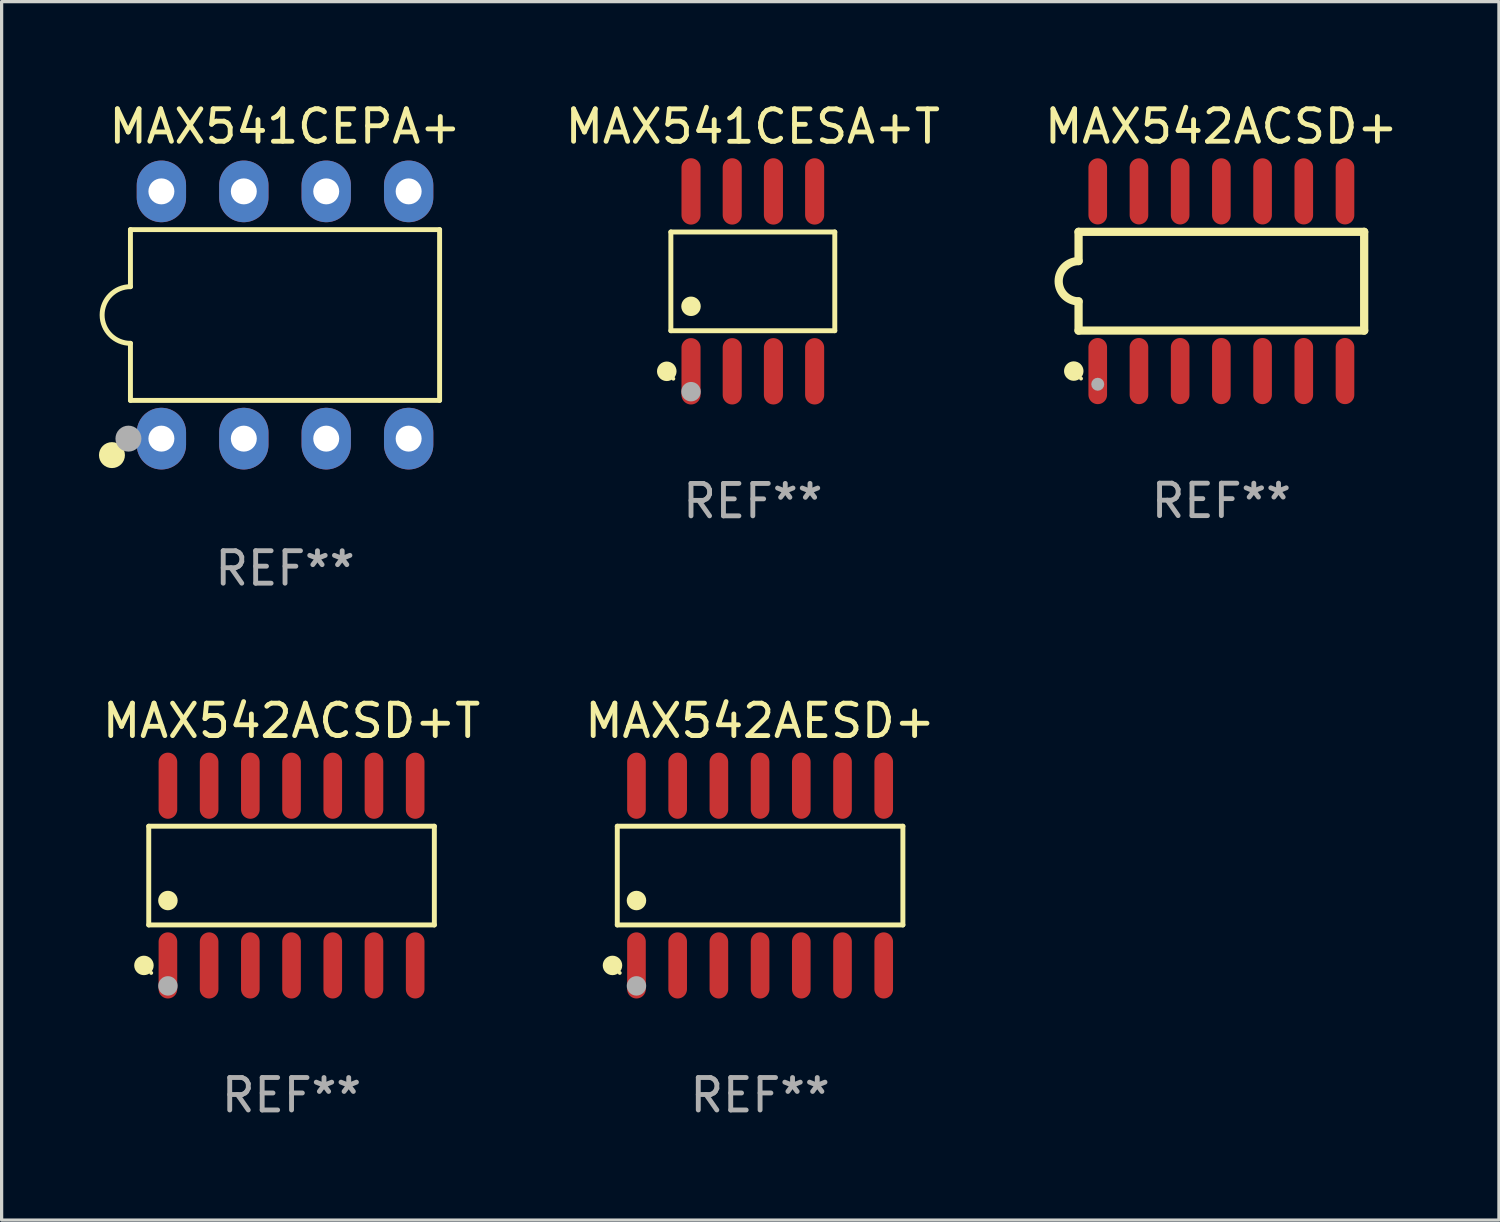
<source format=kicad_pcb>
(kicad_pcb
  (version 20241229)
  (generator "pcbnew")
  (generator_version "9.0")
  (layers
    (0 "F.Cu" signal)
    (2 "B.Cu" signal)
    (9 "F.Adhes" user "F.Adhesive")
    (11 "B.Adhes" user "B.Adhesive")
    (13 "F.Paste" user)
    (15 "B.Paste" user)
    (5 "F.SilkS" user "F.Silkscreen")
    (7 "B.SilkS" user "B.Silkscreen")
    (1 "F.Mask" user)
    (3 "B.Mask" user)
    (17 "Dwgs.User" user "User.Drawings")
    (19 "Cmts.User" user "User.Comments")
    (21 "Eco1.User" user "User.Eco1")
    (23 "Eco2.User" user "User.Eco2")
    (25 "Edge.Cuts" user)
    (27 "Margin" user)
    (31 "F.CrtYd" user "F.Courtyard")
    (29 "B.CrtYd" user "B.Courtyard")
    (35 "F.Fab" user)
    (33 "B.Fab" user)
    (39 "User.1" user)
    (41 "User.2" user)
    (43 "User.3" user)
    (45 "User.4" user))
  (footprint "MAX541CEPA+"
    (layer "F.Cu")
    (at 5.734 6.658)
    (property "Reference" "MAX541CEPA+" (at 0 -5.81 0) (layer "F.SilkS") (effects (font (size 1 1) (thickness 0.15))))
    (attr through_hole)
    (fp_line (start -4.764 -2.631) (end -4.764 -0.873) (stroke (width 0.152) (type solid)) (layer "F.SilkS"))
    (fp_line (start -4.764 0.873) (end -4.764 2.631) (stroke (width 0.152) (type solid)) (layer "F.SilkS"))
    (fp_line (start -4.764 2.631) (end 4.764 2.631) (stroke (width 0.152) (type solid)) (layer "F.SilkS"))
    (fp_line (start 4.764 -2.631) (end -4.764 -2.631) (stroke (width 0.152) (type solid)) (layer "F.SilkS"))
    (fp_line (start 4.764 2.631) (end 4.764 -2.631) (stroke (width 0.152) (type solid)) (layer "F.SilkS"))
    (fp_arc (start -4.763701 0.873124) (mid -5.636825 0) (end -4.763701 -0.873124) (stroke (width 0.1524) (type solid)) (layer "F.SilkS"))
    (fp_circle (center -5.334 4.318) (end -5.134 4.318) (stroke (width 0.4) (type solid)) (fill no) (layer "F.SilkS"))
    (fp_circle (center -4.688 4.09) (end -4.658 4.09) (stroke (width 0.06) (type solid)) (fill no) (layer "F.SilkS"))
    (fp_circle (center -4.826 3.81) (end -4.626 3.81) (stroke (width 0.4) (type solid)) (fill no) (layer "F.Fab"))
    (fp_text user "REF**" (at 0 7.81 0) (layer "F.Fab") (effects (font (size 1 1) (thickness 0.15))))
    (pad "1" thru_hole oval (at -3.81 3.81) (size 1.52 1.9) (drill 0.8) (layers "*.Cu" "*.Mask"))
    (pad "2" thru_hole oval (at -1.27 3.81) (size 1.52 1.9) (drill 0.8) (layers "*.Cu" "*.Mask"))
    (pad "3" thru_hole oval (at 1.27 3.81) (size 1.52 1.9) (drill 0.8) (layers "*.Cu" "*.Mask"))
    (pad "4" thru_hole oval (at 3.81 3.81) (size 1.52 1.9) (drill 0.8) (layers "*.Cu" "*.Mask"))
    (pad "5" thru_hole oval (at 3.81 -3.81) (size 1.52 1.9) (drill 0.8) (layers "*.Cu" "*.Mask"))
    (pad "6" thru_hole oval (at 1.27 -3.81) (size 1.52 1.9) (drill 0.8) (layers "*.Cu" "*.Mask"))
    (pad "7" thru_hole oval (at -1.27 -3.81) (size 1.52 1.9) (drill 0.8) (layers "*.Cu" "*.Mask"))
    (pad "8" thru_hole oval (at -3.81 -3.81) (size 1.52 1.9) (drill 0.8) (layers "*.Cu" "*.Mask")))
  (footprint "MAX542ACSD+"
    (layer "F.Cu")
    (at 34.591 5.617)
    (property "Reference" "MAX542ACSD+" (at 0 -4.769 0) (layer "F.SilkS") (effects (font (size 1 1) (thickness 0.15))))
    (attr through_hole)
    (fp_line (start -4.401 -1.522) (end -4.401 -0.622) (stroke (width 0.254) (type solid)) (layer "F.SilkS"))
    (fp_line (start -4.401 -1.522) (end 4.401 -1.522) (stroke (width 0.254) (type solid)) (layer "F.SilkS"))
    (fp_line (start -4.401 1.521) (end -4.401 0.621) (stroke (width 0.254) (type solid)) (layer "F.SilkS"))
    (fp_line (start 4.401 -1.522) (end 4.401 1.521) (stroke (width 0.254) (type solid)) (layer "F.SilkS"))
    (fp_line (start 4.401 1.521) (end -4.401 1.521) (stroke (width 0.254) (type solid)) (layer "F.SilkS"))
    (fp_arc (start -4.401219 0.621311) (mid -5.021261 -0.000419) (end -4.400101 -0.621032) (stroke (width 0.254001) (type solid)) (layer "F.SilkS"))
    (fp_circle (center -4.549 2.769) (end -4.399 2.769) (stroke (width 0.3) (type solid)) (fill no) (layer "F.SilkS"))
    (fp_circle (center -4.325 3) (end -4.295 3) (stroke (width 0.06) (type solid)) (fill no) (layer "F.SilkS"))
    (fp_circle (center -3.81 3.175) (end -3.71 3.175) (stroke (width 0.2) (type solid)) (fill no) (layer "F.Fab"))
    (fp_text user "REF**" (at 0 6.769 0) (layer "F.Fab") (effects (font (size 1 1) (thickness 0.15))))
    (pad "1" smd oval (at -3.81 2.769) (size 0.574 2.038) (layers "F.Cu" "F.Mask" "F.Paste"))
    (pad "2" smd oval (at -2.54 2.769) (size 0.574 2.038) (layers "F.Cu" "F.Mask" "F.Paste"))
    (pad "3" smd oval (at -1.27 2.769) (size 0.574 2.038) (layers "F.Cu" "F.Mask" "F.Paste"))
    (pad "4" smd oval (at -0.000051 2.769) (size 0.574 2.038) (layers "F.Cu" "F.Mask" "F.Paste"))
    (pad "5" smd oval (at 1.27 2.769) (size 0.574 2.038) (layers "F.Cu" "F.Mask" "F.Paste"))
    (pad "6" smd oval (at 2.54 2.769) (size 0.574 2.038) (layers "F.Cu" "F.Mask" "F.Paste"))
    (pad "7" smd oval (at 3.81 2.769) (size 0.574 2.038) (layers "F.Cu" "F.Mask" "F.Paste"))
    (pad "8" smd oval (at 3.81 -2.769) (size 0.574 2.038) (layers "F.Cu" "F.Mask" "F.Paste"))
    (pad "9" smd oval (at 2.54 -2.769) (size 0.574 2.038) (layers "F.Cu" "F.Mask" "F.Paste"))
    (pad "10" smd oval (at 1.27 -2.769) (size 0.574 2.038) (layers "F.Cu" "F.Mask" "F.Paste"))
    (pad "11" smd oval (at -0.000051 -2.769) (size 0.574 2.038) (layers "F.Cu" "F.Mask" "F.Paste"))
    (pad "12" smd oval (at -1.27 -2.769) (size 0.574 2.038) (layers "F.Cu" "F.Mask" "F.Paste"))
    (pad "13" smd oval (at -2.54 -2.769) (size 0.574 2.038) (layers "F.Cu" "F.Mask" "F.Paste"))
    (pad "14" smd oval (at -3.81 -2.769) (size 0.574 2.038) (layers "F.Cu" "F.Mask" "F.Paste")))
  (footprint "MAX542AESD+"
    (layer "F.Cu")
    (at 20.375 23.934)
    (property "Reference" "MAX542AESD+" (at 0 -4.769 0) (layer "F.SilkS") (effects (font (size 1 1) (thickness 0.15))))
    (attr through_hole)
    (fp_line (start -4.401 -1.521) (end 4.401 -1.521) (stroke (width 0.152) (type solid)) (layer "F.SilkS"))
    (fp_line (start -4.401 1.521) (end -4.401 -1.521) (stroke (width 0.152) (type solid)) (layer "F.SilkS"))
    (fp_line (start 4.401 -1.521) (end 4.401 1.521) (stroke (width 0.152) (type solid)) (layer "F.SilkS"))
    (fp_line (start 4.401 1.521) (end -4.401 1.521) (stroke (width 0.152) (type solid)) (layer "F.SilkS"))
    (fp_circle (center -4.549 2.769) (end -4.399 2.769) (stroke (width 0.3) (type solid)) (fill no) (layer "F.SilkS"))
    (fp_circle (center -4.325 3) (end -4.295 3) (stroke (width 0.06) (type solid)) (fill no) (layer "F.SilkS"))
    (fp_circle (center -3.81 0.769) (end -3.66 0.769) (stroke (width 0.3) (type solid)) (fill no) (layer "F.SilkS"))
    (fp_circle (center -3.81 3.4) (end -3.66 3.4) (stroke (width 0.3) (type solid)) (fill no) (layer "F.Fab"))
    (fp_text user "REF**" (at 0 6.769 0) (layer "F.Fab") (effects (font (size 1 1) (thickness 0.15))))
    (pad "1" smd oval (at -3.81 2.769) (size 0.574 2.038) (layers "F.Cu" "F.Mask" "F.Paste"))
    (pad "2" smd oval (at -2.54 2.769) (size 0.574 2.038) (layers "F.Cu" "F.Mask" "F.Paste"))
    (pad "3" smd oval (at -1.27 2.769) (size 0.574 2.038) (layers "F.Cu" "F.Mask" "F.Paste"))
    (pad "4" smd oval (at 0 2.769) (size 0.574 2.038) (layers "F.Cu" "F.Mask" "F.Paste"))
    (pad "5" smd oval (at 1.27 2.769) (size 0.574 2.038) (layers "F.Cu" "F.Mask" "F.Paste"))
    (pad "6" smd oval (at 2.54 2.769) (size 0.574 2.038) (layers "F.Cu" "F.Mask" "F.Paste"))
    (pad "7" smd oval (at 3.81 2.769) (size 0.574 2.038) (layers "F.Cu" "F.Mask" "F.Paste"))
    (pad "8" smd oval (at 3.81 -2.769) (size 0.574 2.038) (layers "F.Cu" "F.Mask" "F.Paste"))
    (pad "9" smd oval (at 2.54 -2.769) (size 0.574 2.038) (layers "F.Cu" "F.Mask" "F.Paste"))
    (pad "10" smd oval (at 1.27 -2.769) (size 0.574 2.038) (layers "F.Cu" "F.Mask" "F.Paste"))
    (pad "11" smd oval (at 0 -2.769) (size 0.574 2.038) (layers "F.Cu" "F.Mask" "F.Paste"))
    (pad "12" smd oval (at -1.27 -2.769) (size 0.574 2.038) (layers "F.Cu" "F.Mask" "F.Paste"))
    (pad "13" smd oval (at -2.54 -2.769) (size 0.574 2.038) (layers "F.Cu" "F.Mask" "F.Paste"))
    (pad "14" smd oval (at -3.81 -2.769) (size 0.574 2.038) (layers "F.Cu" "F.Mask" "F.Paste")))
  (footprint "MAX541CESA+T"
    (layer "F.Cu")
    (at 20.151 5.621)
    (property "Reference" "MAX541CESA+T" (at 0 -4.772 0) (layer "F.SilkS") (effects (font (size 1 1) (thickness 0.15))))
    (attr through_hole)
    (fp_line (start -2.526 -1.521) (end 2.526 -1.521) (stroke (width 0.152) (type solid)) (layer "F.SilkS"))
    (fp_line (start -2.526 1.521) (end -2.526 -1.521) (stroke (width 0.152) (type solid)) (layer "F.SilkS"))
    (fp_line (start 2.526 -1.521) (end 2.526 1.521) (stroke (width 0.152) (type solid)) (layer "F.SilkS"))
    (fp_line (start 2.526 1.521) (end -2.526 1.521) (stroke (width 0.152) (type solid)) (layer "F.SilkS"))
    (fp_circle (center -2.652 2.772) (end -2.501 2.772) (stroke (width 0.3) (type solid)) (fill no) (layer "F.SilkS"))
    (fp_circle (center -2.45 3) (end -2.42 3) (stroke (width 0.06) (type solid)) (fill no) (layer "F.SilkS"))
    (fp_circle (center -1.905 0.769) (end -1.755 0.769) (stroke (width 0.3) (type solid)) (fill no) (layer "F.SilkS"))
    (fp_circle (center -1.905 3.4) (end -1.755 3.4) (stroke (width 0.3) (type solid)) (fill no) (layer "F.Fab"))
    (fp_text user "REF**" (at 0 6.772 0) (layer "F.Fab") (effects (font (size 1 1) (thickness 0.15))))
    (pad "1" smd oval (at -1.905 2.772) (size 0.588 2.045) (layers "F.Cu" "F.Mask" "F.Paste"))
    (pad "2" smd oval (at -0.635 2.772) (size 0.588 2.045) (layers "F.Cu" "F.Mask" "F.Paste"))
    (pad "3" smd oval (at 0.635 2.772) (size 0.588 2.045) (layers "F.Cu" "F.Mask" "F.Paste"))
    (pad "4" smd oval (at 1.905 2.772) (size 0.588 2.045) (layers "F.Cu" "F.Mask" "F.Paste"))
    (pad "5" smd oval (at 1.905 -2.772) (size 0.588 2.045) (layers "F.Cu" "F.Mask" "F.Paste"))
    (pad "6" smd oval (at 0.635 -2.772) (size 0.588 2.045) (layers "F.Cu" "F.Mask" "F.Paste"))
    (pad "7" smd oval (at -0.635 -2.772) (size 0.588 2.045) (layers "F.Cu" "F.Mask" "F.Paste"))
    (pad "8" smd oval (at -1.905 -2.772) (size 0.588 2.045) (layers "F.Cu" "F.Mask" "F.Paste")))
  (footprint "MAX542ACSD+T"
    (layer "F.Cu")
    (at 5.935 23.934)
    (property "Reference" "MAX542ACSD+T" (at 0 -4.769 0) (layer "F.SilkS") (effects (font (size 1 1) (thickness 0.15))))
    (attr through_hole)
    (fp_line (start -4.401 -1.521) (end 4.401 -1.521) (stroke (width 0.152) (type solid)) (layer "F.SilkS"))
    (fp_line (start -4.401 1.521) (end -4.401 -1.521) (stroke (width 0.152) (type solid)) (layer "F.SilkS"))
    (fp_line (start 4.401 -1.521) (end 4.401 1.521) (stroke (width 0.152) (type solid)) (layer "F.SilkS"))
    (fp_line (start 4.401 1.521) (end -4.401 1.521) (stroke (width 0.152) (type solid)) (layer "F.SilkS"))
    (fp_circle (center -4.549 2.769) (end -4.399 2.769) (stroke (width 0.3) (type solid)) (fill no) (layer "F.SilkS"))
    (fp_circle (center -4.325 3) (end -4.295 3) (stroke (width 0.06) (type solid)) (fill no) (layer "F.SilkS"))
    (fp_circle (center -3.81 0.769) (end -3.66 0.769) (stroke (width 0.3) (type solid)) (fill no) (layer "F.SilkS"))
    (fp_circle (center -3.81 3.4) (end -3.66 3.4) (stroke (width 0.3) (type solid)) (fill no) (layer "F.Fab"))
    (fp_text user "REF**" (at 0 6.769 0) (layer "F.Fab") (effects (font (size 1 1) (thickness 0.15))))
    (pad "1" smd oval (at -3.81 2.769) (size 0.574 2.038) (layers "F.Cu" "F.Mask" "F.Paste"))
    (pad "2" smd oval (at -2.54 2.769) (size 0.574 2.038) (layers "F.Cu" "F.Mask" "F.Paste"))
    (pad "3" smd oval (at -1.27 2.769) (size 0.574 2.038) (layers "F.Cu" "F.Mask" "F.Paste"))
    (pad "4" smd oval (at 0 2.769) (size 0.574 2.038) (layers "F.Cu" "F.Mask" "F.Paste"))
    (pad "5" smd oval (at 1.27 2.769) (size 0.574 2.038) (layers "F.Cu" "F.Mask" "F.Paste"))
    (pad "6" smd oval (at 2.54 2.769) (size 0.574 2.038) (layers "F.Cu" "F.Mask" "F.Paste"))
    (pad "7" smd oval (at 3.81 2.769) (size 0.574 2.038) (layers "F.Cu" "F.Mask" "F.Paste"))
    (pad "8" smd oval (at 3.81 -2.769) (size 0.574 2.038) (layers "F.Cu" "F.Mask" "F.Paste"))
    (pad "9" smd oval (at 2.54 -2.769) (size 0.574 2.038) (layers "F.Cu" "F.Mask" "F.Paste"))
    (pad "10" smd oval (at 1.27 -2.769) (size 0.574 2.038) (layers "F.Cu" "F.Mask" "F.Paste"))
    (pad "11" smd oval (at 0 -2.769) (size 0.574 2.038) (layers "F.Cu" "F.Mask" "F.Paste"))
    (pad "12" smd oval (at -1.27 -2.769) (size 0.574 2.038) (layers "F.Cu" "F.Mask" "F.Paste"))
    (pad "13" smd oval (at -2.54 -2.769) (size 0.574 2.038) (layers "F.Cu" "F.Mask" "F.Paste"))
    (pad "14" smd oval (at -3.81 -2.769) (size 0.574 2.038) (layers "F.Cu" "F.Mask" "F.Paste")))
  (gr_rect
    (start -3 -3)
    (end 43.145 34.551)
    (stroke (width 0.1) (type default))
    (fill no)
    (layer "Edge.Cuts")))
</source>
